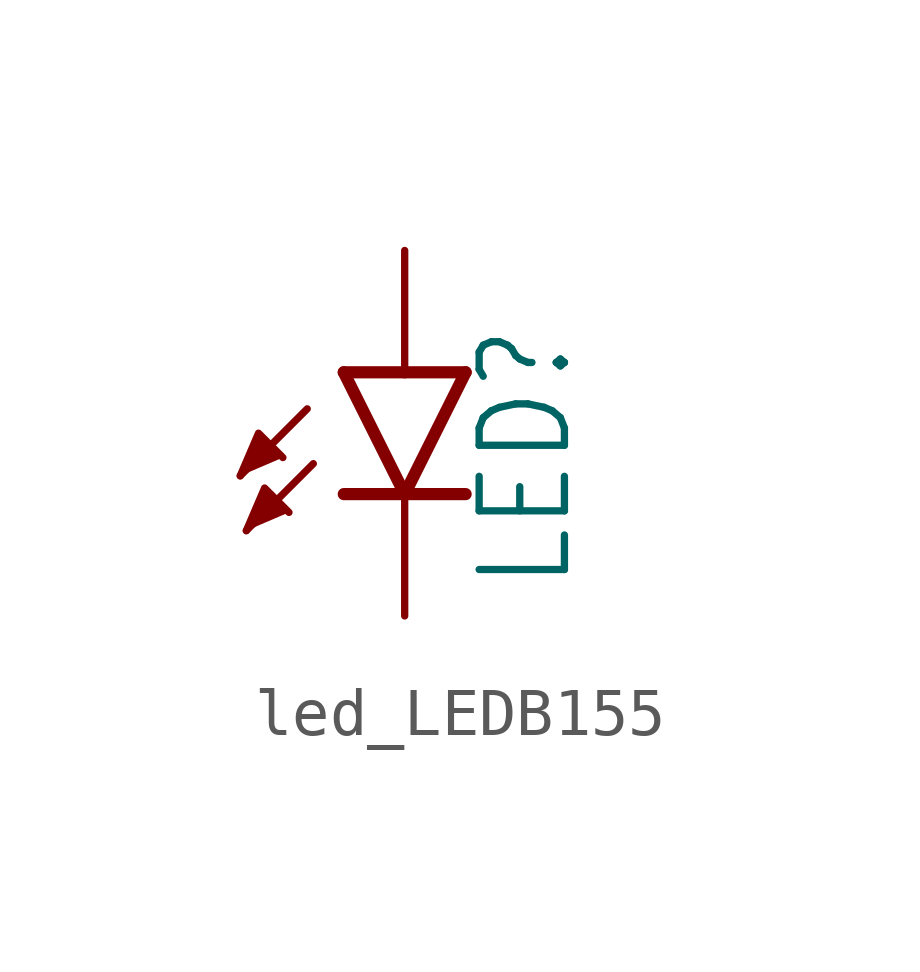
<source format=kicad_sym>
(kicad_symbol_lib
  (version 20241209)
  (generator "kicad_symbol_editor")
  (generator_version "9.0")
  (symbol "led_LEDB155"
    (property "Reference" "LED"
      (at 3.556 -4.572 90)
      (effects (font (size 1.778 1.511)) (justify left bottom)))
    (property "Value" ""
      (at 5.715 -4.572 90)
      (effects (font (size 1.778 1.511)) (justify left bottom)))
    (property "ki_locked" ""
      (at 0 0 0)
      (effects (font (size 1.27 1.27))))
    (symbol "led_LEDB155_1_0"
      (polyline (pts (xy -3.429 -2.159) (xy -3.048 -1.27) (xy -2.54 -1.778)) (stroke (width 0.152) (type solid)) (fill (type outline)))
      (polyline (pts (xy -3.302 -3.302) (xy -2.921 -2.413) (xy -2.413 -2.921)) (stroke (width 0.152) (type solid)) (fill (type outline)))
      (polyline (pts (xy -2.032 -0.762) (xy -3.429 -2.159)) (stroke (width 0.152) (type solid)) (fill (type none)))
      (polyline (pts (xy -1.905 -1.905) (xy -3.302 -3.302)) (stroke (width 0.152) (type solid)) (fill (type none)))
      (polyline (pts (xy 0 0) (xy -1.27 0)) (stroke (width 0.254) (type solid)) (fill (type none)))
      (polyline (pts (xy 0 -2.54) (xy -1.27 0)) (stroke (width 0.254) (type solid)) (fill (type none)))
      (polyline (pts (xy 0 -2.54) (xy -1.27 -2.54)) (stroke (width 0.254) (type solid)) (fill (type none)))
      (polyline (pts (xy 1.27 0) (xy 0 0)) (stroke (width 0.254) (type solid)) (fill (type none)))
      (polyline (pts (xy 1.27 0) (xy 0 -2.54)) (stroke (width 0.254) (type solid)) (fill (type none)))
      (polyline (pts (xy 1.27 -2.54) (xy 0 -2.54)) (stroke (width 0.254) (type solid)) (fill (type none)))
      (pin passive line (at 0 2.54 270) (length 2.54) (name "A" (effects (font (size 0 0)))) (number "A" (effects (font (size 0 0)))))
      (pin passive line (at 0 -5.08 90) (length 2.54) (name "C" (effects (font (size 0 0)))) (number "K" (effects (font (size 0 0))))))))
</source>
